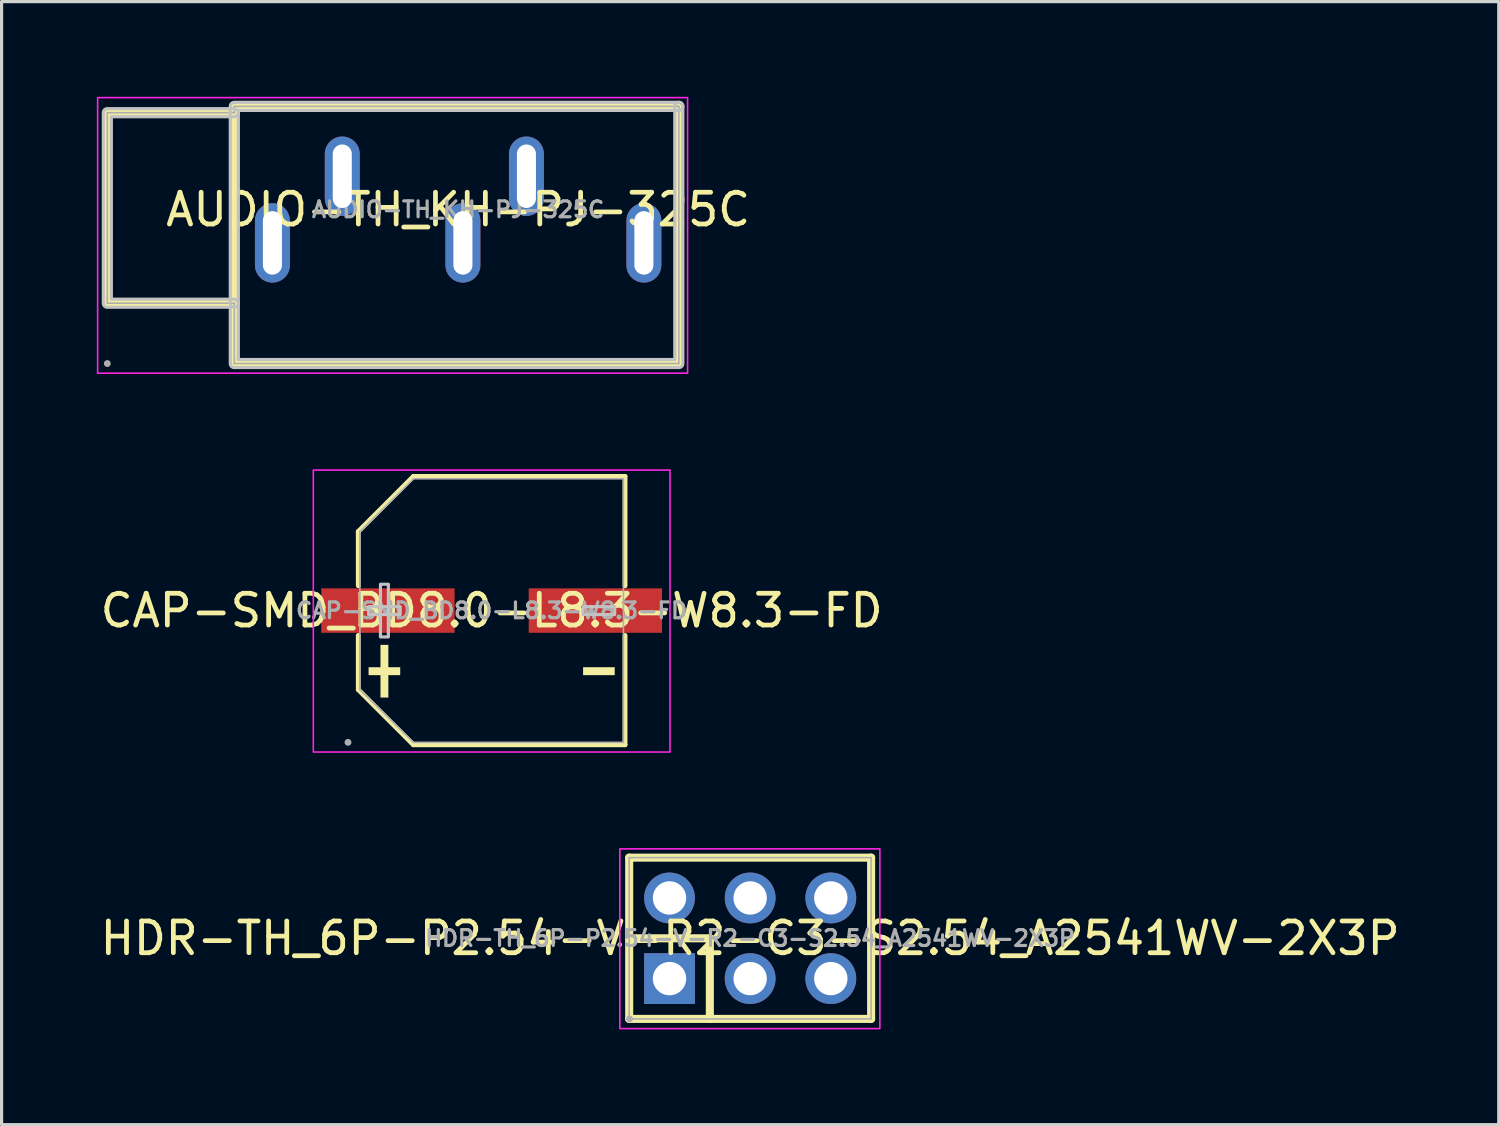
<source format=kicad_pcb>
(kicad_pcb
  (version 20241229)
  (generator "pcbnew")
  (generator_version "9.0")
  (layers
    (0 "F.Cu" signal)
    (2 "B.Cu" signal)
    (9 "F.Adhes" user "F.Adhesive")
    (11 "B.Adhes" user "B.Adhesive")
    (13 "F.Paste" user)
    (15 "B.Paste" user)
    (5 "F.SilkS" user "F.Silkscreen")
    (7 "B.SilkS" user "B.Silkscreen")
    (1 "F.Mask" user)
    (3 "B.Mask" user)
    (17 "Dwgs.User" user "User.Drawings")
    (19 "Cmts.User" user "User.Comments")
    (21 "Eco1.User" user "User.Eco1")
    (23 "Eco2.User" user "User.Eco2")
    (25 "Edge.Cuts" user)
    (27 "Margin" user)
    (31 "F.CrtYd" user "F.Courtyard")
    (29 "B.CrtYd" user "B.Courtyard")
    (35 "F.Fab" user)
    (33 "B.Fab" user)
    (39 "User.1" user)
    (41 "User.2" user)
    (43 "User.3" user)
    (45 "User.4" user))
  (footprint "HDR-TH_6P-P2.54-V-R2-C3-S2.54_A2541WV-2X3P"
    (layer "F.Cu")
    (at 20.577 26.502)
    (property "Reference" "HDR-TH_6P-P2.54-V-R2-C3-S2.54_A2541WV-2X3P" (at 0 0 0) (layer "F.SilkS") (effects (font (size 1 1) (thickness 0.15))))
    (fp_line (start -3.81 -2.54) (end 3.81 -2.54) (stroke (width 0.254) (type default)) (layer "F.SilkS"))
    (fp_line (start -3.81 0) (end -1.27 0) (stroke (width 0.254) (type default)) (layer "F.SilkS"))
    (fp_line (start -3.81 2.54) (end -3.81 -2.54) (stroke (width 0.254) (type default)) (layer "F.SilkS"))
    (fp_line (start -1.27 0) (end -1.27 2.54) (stroke (width 0.254) (type default)) (layer "F.SilkS"))
    (fp_line (start 3.81 -2.54) (end 3.81 2.54) (stroke (width 0.254) (type default)) (layer "F.SilkS"))
    (fp_line (start 3.81 2.54) (end -3.81 2.54) (stroke (width 0.254) (type default)) (layer "F.SilkS"))
    (fp_rect (start -4.105 -2.816) (end 4.085 2.845) (stroke (width 0.05) (type default)) (fill no) (layer "F.CrtYd"))
    (fp_line (start -3.81 -2.54) (end 3.81 -2.54) (stroke (width 0.051) (type default)) (layer "F.Fab"))
    (fp_line (start -3.81 2.54) (end -3.81 -2.54) (stroke (width 0.051) (type default)) (layer "F.Fab"))
    (fp_line (start 3.81 -2.54) (end 3.81 2.54) (stroke (width 0.051) (type default)) (layer "F.Fab"))
    (fp_line (start 3.81 2.54) (end -3.81 2.54) (stroke (width 0.051) (type default)) (layer "F.Fab"))
    (fp_poly (pts (xy -3.745 2.517) (xy -3.777 2.485) (xy -3.823 2.485) (xy -3.855 2.517) (xy -3.855 2.563) (xy -3.823 2.595) (xy -3.777 2.595) (xy -3.745 2.563)) (stroke (width 0.1) (type default)) (fill no) (layer "F.Fab"))
    (fp_poly (pts (xy -2.86 -1.59) (xy -2.22 -1.59) (xy -2.22 -0.95) (xy -2.86 -0.95)) (stroke (width 0.1) (type default)) (fill no) (layer "User.1"))
    (fp_poly (pts (xy -2.86 0.95) (xy -2.22 0.95) (xy -2.22 1.59) (xy -2.86 1.59)) (stroke (width 0.1) (type default)) (fill no) (layer "User.1"))
    (fp_poly (pts (xy -0.32 -1.59) (xy 0.32 -1.59) (xy 0.32 -0.95) (xy -0.32 -0.95)) (stroke (width 0.1) (type default)) (fill no) (layer "User.1"))
    (fp_poly (pts (xy -0.32 0.95) (xy 0.32 0.95) (xy 0.32 1.59) (xy -0.32 1.59)) (stroke (width 0.1) (type default)) (fill no) (layer "User.1"))
    (fp_poly (pts (xy 2.22 -1.59) (xy 2.86 -1.59) (xy 2.86 -0.95) (xy 2.22 -0.95)) (stroke (width 0.1) (type default)) (fill no) (layer "User.1"))
    (fp_poly (pts (xy 2.22 0.95) (xy 2.86 0.95) (xy 2.86 1.59) (xy 2.22 1.59)) (stroke (width 0.1) (type default)) (fill no) (layer "User.1"))
    (fp_text user "${REFERENCE}" (at 0 0 0) (layer "F.Fab") (effects (font (size 0.5 0.5) (thickness 0.1))))
    (pad "1" thru_hole rect (at -2.54 1.27) (size 1.6 1.6) (drill 1.05) (layers "*.Cu" "*.Mask"))
    (pad "2" thru_hole circle (at -2.54 -1.27) (size 1.6 1.6) (drill 1.05) (layers "*.Cu" "*.Mask"))
    (pad "3" thru_hole circle (at 0 1.27) (size 1.6 1.6) (drill 1.05) (layers "*.Cu" "*.Mask"))
    (pad "4" thru_hole circle (at 0 -1.27) (size 1.6 1.6) (drill 1.05) (layers "*.Cu" "*.Mask"))
    (pad "5" thru_hole circle (at 2.54 1.27) (size 1.6 1.6) (drill 1.05) (layers "*.Cu" "*.Mask"))
    (pad "6" thru_hole circle (at 2.54 -1.27) (size 1.6 1.6) (drill 1.05) (layers "*.Cu" "*.Mask")))
  (footprint "CAP-SMD_BD8.0-L8.3-W8.3-FD"
    (layer "F.Cu")
    (at 12.435 16.181)
    (property "Reference" "CAP-SMD_BD8.0-L8.3-W8.3-FD" (at 0 0 0) (layer "F.SilkS") (effects (font (size 1 1) (thickness 0.15))))
    (fp_line (start -4.201 -2.49) (end -4.201 -0.782) (stroke (width 0.152) (type default)) (layer "F.SilkS"))
    (fp_line (start -4.201 2.49) (end -4.201 0.782) (stroke (width 0.152) (type default)) (layer "F.SilkS"))
    (fp_line (start -2.465 -4.226) (end -4.201 -2.49) (stroke (width 0.152) (type default)) (layer "F.SilkS"))
    (fp_line (start -2.465 4.226) (end -4.201 2.49) (stroke (width 0.152) (type default)) (layer "F.SilkS"))
    (fp_line (start 4.201 -4.226) (end -2.465 -4.226) (stroke (width 0.152) (type default)) (layer "F.SilkS"))
    (fp_line (start 4.201 -0.782) (end 4.201 -4.226) (stroke (width 0.152) (type default)) (layer "F.SilkS"))
    (fp_line (start 4.201 0.782) (end 4.201 4.226) (stroke (width 0.152) (type default)) (layer "F.SilkS"))
    (fp_line (start 4.201 4.226) (end -2.465 4.226) (stroke (width 0.152) (type default)) (layer "F.SilkS"))
    (fp_poly (pts (xy -3.876 1.784) (xy -3.876 2.034) (xy -2.88 2.034) (xy -2.88 1.784)) (stroke (width 0) (type default)) (fill yes) (layer "F.SilkS"))
    (fp_poly (pts (xy -3.502 1.079) (xy -3.502 2.739) (xy -3.253 2.739) (xy -3.253 1.079)) (stroke (width 0) (type default)) (fill yes) (layer "F.SilkS"))
    (fp_poly (pts (xy 3.876 1.784) (xy 3.876 2.034) (xy 2.88 2.034) (xy 2.88 1.784)) (stroke (width 0) (type default)) (fill yes) (layer "F.SilkS"))
    (fp_poly (pts (xy -3.876 -0.124) (xy -3.876 0.124) (xy -2.88 0.124) (xy -2.88 -0.124)) (stroke (width 0.1) (type default)) (fill no) (layer "Dwgs.User"))
    (fp_poly (pts (xy -3.502 -0.83) (xy -3.502 0.83) (xy -3.253 0.83) (xy -3.253 -0.83)) (stroke (width 0.1) (type default)) (fill no) (layer "Dwgs.User"))
    (fp_poly (pts (xy 3.876 -0.124) (xy 3.876 0.124) (xy 2.88 0.124) (xy 2.88 -0.124)) (stroke (width 0.1) (type default)) (fill no) (layer "Dwgs.User"))
    (fp_rect (start -5.617 -4.426) (end 5.617 4.455) (stroke (width 0.05) (type default)) (fill no) (layer "F.CrtYd"))
    (fp_line (start -4.15 -2.49) (end -2.465 -4.15) (stroke (width 0.051) (type default)) (layer "F.Fab"))
    (fp_line (start -4.15 2.49) (end -4.15 -2.49) (stroke (width 0.051) (type default)) (layer "F.Fab"))
    (fp_line (start -2.465 -4.15) (end 4.15 -4.15) (stroke (width 0.051) (type default)) (layer "F.Fab"))
    (fp_line (start -2.465 4.15) (end -4.15 2.49) (stroke (width 0.051) (type default)) (layer "F.Fab"))
    (fp_line (start 4.15 -4.15) (end 4.15 4.15) (stroke (width 0.051) (type default)) (layer "F.Fab"))
    (fp_line (start 4.15 4.15) (end -2.465 4.15) (stroke (width 0.051) (type default)) (layer "F.Fab"))
    (fp_poly (pts (xy -4.469 4.127) (xy -4.502 4.095) (xy -4.547 4.095) (xy -4.58 4.127) (xy -4.58 4.173) (xy -4.547 4.205) (xy -4.502 4.205) (xy -4.469 4.173)) (stroke (width 0.1) (type default)) (fill no) (layer "F.Fab"))
    (fp_poly (pts (xy -4.524 -0.45) (xy -1.575 -0.45) (xy -1.575 0.45) (xy -4.524 0.45)) (stroke (width 0.1) (type default)) (fill no) (layer "User.1"))
    (fp_poly (pts (xy 1.575 -0.45) (xy 4.524 -0.45) (xy 4.524 0.45) (xy 1.575 0.45)) (stroke (width 0.1) (type default)) (fill no) (layer "User.1"))
    (fp_text user "${REFERENCE}" (at 0 0 0) (layer "F.Fab") (effects (font (size 0.5 0.5) (thickness 0.1))))
    (pad "1" smd rect (at -3.267 0) (size 4.2 1.4) (layers "F.Cu" "F.Mask" "F.Paste"))
    (pad "2" smd rect (at 3.267 0) (size 4.2 1.4) (layers "F.Cu" "F.Mask" "F.Paste")))
  (footprint "AUDIO-TH_KH-PJ-325C"
    (layer "F.Cu")
    (at 11.38 3.55)
    (property "Reference" "AUDIO-TH_KH-PJ-325C" (at 0 0 0) (layer "F.SilkS") (effects (font (size 1 1) (thickness 0.15))))
    (fp_line (start -11.05 -3.05) (end -11.05 2.95) (stroke (width 0.254) (type default)) (layer "F.SilkS"))
    (fp_line (start -11.05 -3.05) (end -7.05 -3.05) (stroke (width 0.254) (type default)) (layer "F.SilkS"))
    (fp_line (start -11.05 2.95) (end -7.05 2.95) (stroke (width 0.254) (type default)) (layer "F.SilkS"))
    (fp_line (start -7.05 -3.25) (end 6.95 -3.25) (stroke (width 0.254) (type default)) (layer "F.SilkS"))
    (fp_line (start -7.05 -3.05) (end -7.05 -3.25) (stroke (width 0.254) (type default)) (layer "F.SilkS"))
    (fp_line (start -7.05 -3.05) (end -7.05 2.95) (stroke (width 0.254) (type default)) (layer "F.SilkS"))
    (fp_line (start -7.05 2.95) (end -7.05 4.85) (stroke (width 0.254) (type default)) (layer "F.SilkS"))
    (fp_line (start -7.05 4.85) (end 6.95 4.85) (stroke (width 0.254) (type default)) (layer "F.SilkS"))
    (fp_line (start 6.95 4.85) (end 6.95 -3.25) (stroke (width 0.254) (type default)) (layer "F.SilkS"))
    (fp_poly (pts (arc (start 6.95 -3.377) (mid 7.077 -3.25) (end 6.95 -3.123)) (xy -6.923 -3.123) (arc (start -6.923 2.95) (mid -7.05 3.077) (end -7.177 2.95)) (arc (start -7.177 -3.25) (mid -7.139803 -3.339803) (end -7.05 -3.377))) (stroke (width 0.1) (type default)) (fill no) (layer "Dwgs.User"))
    (fp_poly (pts (arc (start -7.05 -3.177) (mid -6.923 -3.05) (end -7.05 -2.923)) (xy -10.923 -2.923) (xy -10.923 2.823) (arc (start -7.05 2.823) (mid -6.960197 2.860197) (end -6.923 2.95)) (xy -6.923 4.723) (xy 6.823 4.723) (arc (start 6.823 -3.25) (mid 6.95 -3.377) (end 7.077 -3.25)) (arc (start 7.077 4.85) (mid 7.039803 4.939803) (end 6.95 4.977)) (arc (start -7.05 4.977) (mid -7.139803 4.939803) (end -7.177 4.85)) (xy -7.177 3.077) (arc (start -11.05 3.077) (mid -11.139803 3.039803) (end -11.177 2.95)) (arc (start -11.177 -3.05) (mid -11.139803 -3.139803) (end -11.05 -3.177))) (stroke (width 0.1) (type default)) (fill no) (layer "Dwgs.User"))
    (fp_rect (start -11.355 -3.526) (end 7.226 5.155) (stroke (width 0.05) (type default)) (fill no) (layer "F.CrtYd"))
    (fp_line (start -11.05 -3.05) (end -7.05 -3.05) (stroke (width 0.051) (type default)) (layer "F.Fab"))
    (fp_line (start -11.05 2.95) (end -11.05 -3.05) (stroke (width 0.051) (type default)) (layer "F.Fab"))
    (fp_line (start -7.05 -3.25) (end 6.95 -3.25) (stroke (width 0.051) (type default)) (layer "F.Fab"))
    (fp_line (start -7.05 -3.05) (end -7.05 -3.25) (stroke (width 0.051) (type default)) (layer "F.Fab"))
    (fp_line (start -7.05 2.95) (end -11.05 2.95) (stroke (width 0.051) (type default)) (layer "F.Fab"))
    (fp_line (start -7.05 4.85) (end -7.05 2.95) (stroke (width 0.051) (type default)) (layer "F.Fab"))
    (fp_line (start 6.95 -3.25) (end 6.95 4.85) (stroke (width 0.051) (type default)) (layer "F.Fab"))
    (fp_line (start 6.95 4.85) (end -7.05 4.85) (stroke (width 0.051) (type default)) (layer "F.Fab"))
    (fp_poly (pts (xy -10.995 4.827) (xy -11.027 4.795) (xy -11.073 4.795) (xy -11.105 4.827) (xy -11.105 4.873) (xy -11.073 4.905) (xy -11.027 4.905) (xy -10.995 4.873)) (stroke (width 0.1) (type default)) (fill no) (layer "F.Fab"))
    (fp_poly (pts (xy -5.95 0.3) (xy -5.75 0.3) (xy -5.75 1.8) (xy -5.95 1.8)) (stroke (width 0.1) (type default)) (fill no) (layer "User.1"))
    (fp_poly (pts (xy -3.75 -1.8) (xy -3.55 -1.8) (xy -3.55 -0.3) (xy -3.75 -0.3)) (stroke (width 0.1) (type default)) (fill no) (layer "User.1"))
    (fp_poly (pts (xy 0.05 0.3) (xy 0.25 0.3) (xy 0.25 1.8) (xy 0.05 1.8)) (stroke (width 0.1) (type default)) (fill no) (layer "User.1"))
    (fp_poly (pts (xy 2.05 -1.8) (xy 2.25 -1.8) (xy 2.25 -0.3) (xy 2.05 -0.3)) (stroke (width 0.1) (type default)) (fill no) (layer "User.1"))
    (fp_poly (pts (xy 5.75 0.3) (xy 5.95 0.3) (xy 5.95 1.8) (xy 5.75 1.8)) (stroke (width 0.1) (type default)) (fill no) (layer "User.1"))
    (fp_text user "${REFERENCE}" (at 0 0 0) (layer "F.Fab") (effects (font (size 0.5 0.5) (thickness 0.1))))
    (pad "1" thru_hole oval (at -5.85 1.05) (size 1.1 2.5) (drill oval 0.6 2) (layers "*.Cu" "*.Mask"))
    (pad "2" thru_hole oval (at 0.15 1.05) (size 1.1 2.5) (drill oval 0.6 2) (layers "*.Cu" "*.Mask"))
    (pad "3" thru_hole oval (at 2.15 -1.05) (size 1.1 2.5) (drill oval 0.6 2) (layers "*.Cu" "*.Mask"))
    (pad "4" thru_hole oval (at 5.85 1.05) (size 1.1 2.5) (drill oval 0.6 2) (layers "*.Cu" "*.Mask"))
    (pad "5" thru_hole oval (at -3.65 -1.05) (size 1.1 2.5) (drill oval 0.6 2) (layers "*.Cu" "*.Mask")))
  (gr_rect
    (start -3 -3)
    (end 44.155 32.373)
    (stroke (width 0.1) (type default))
    (fill no)
    (layer "Edge.Cuts")))
</source>
